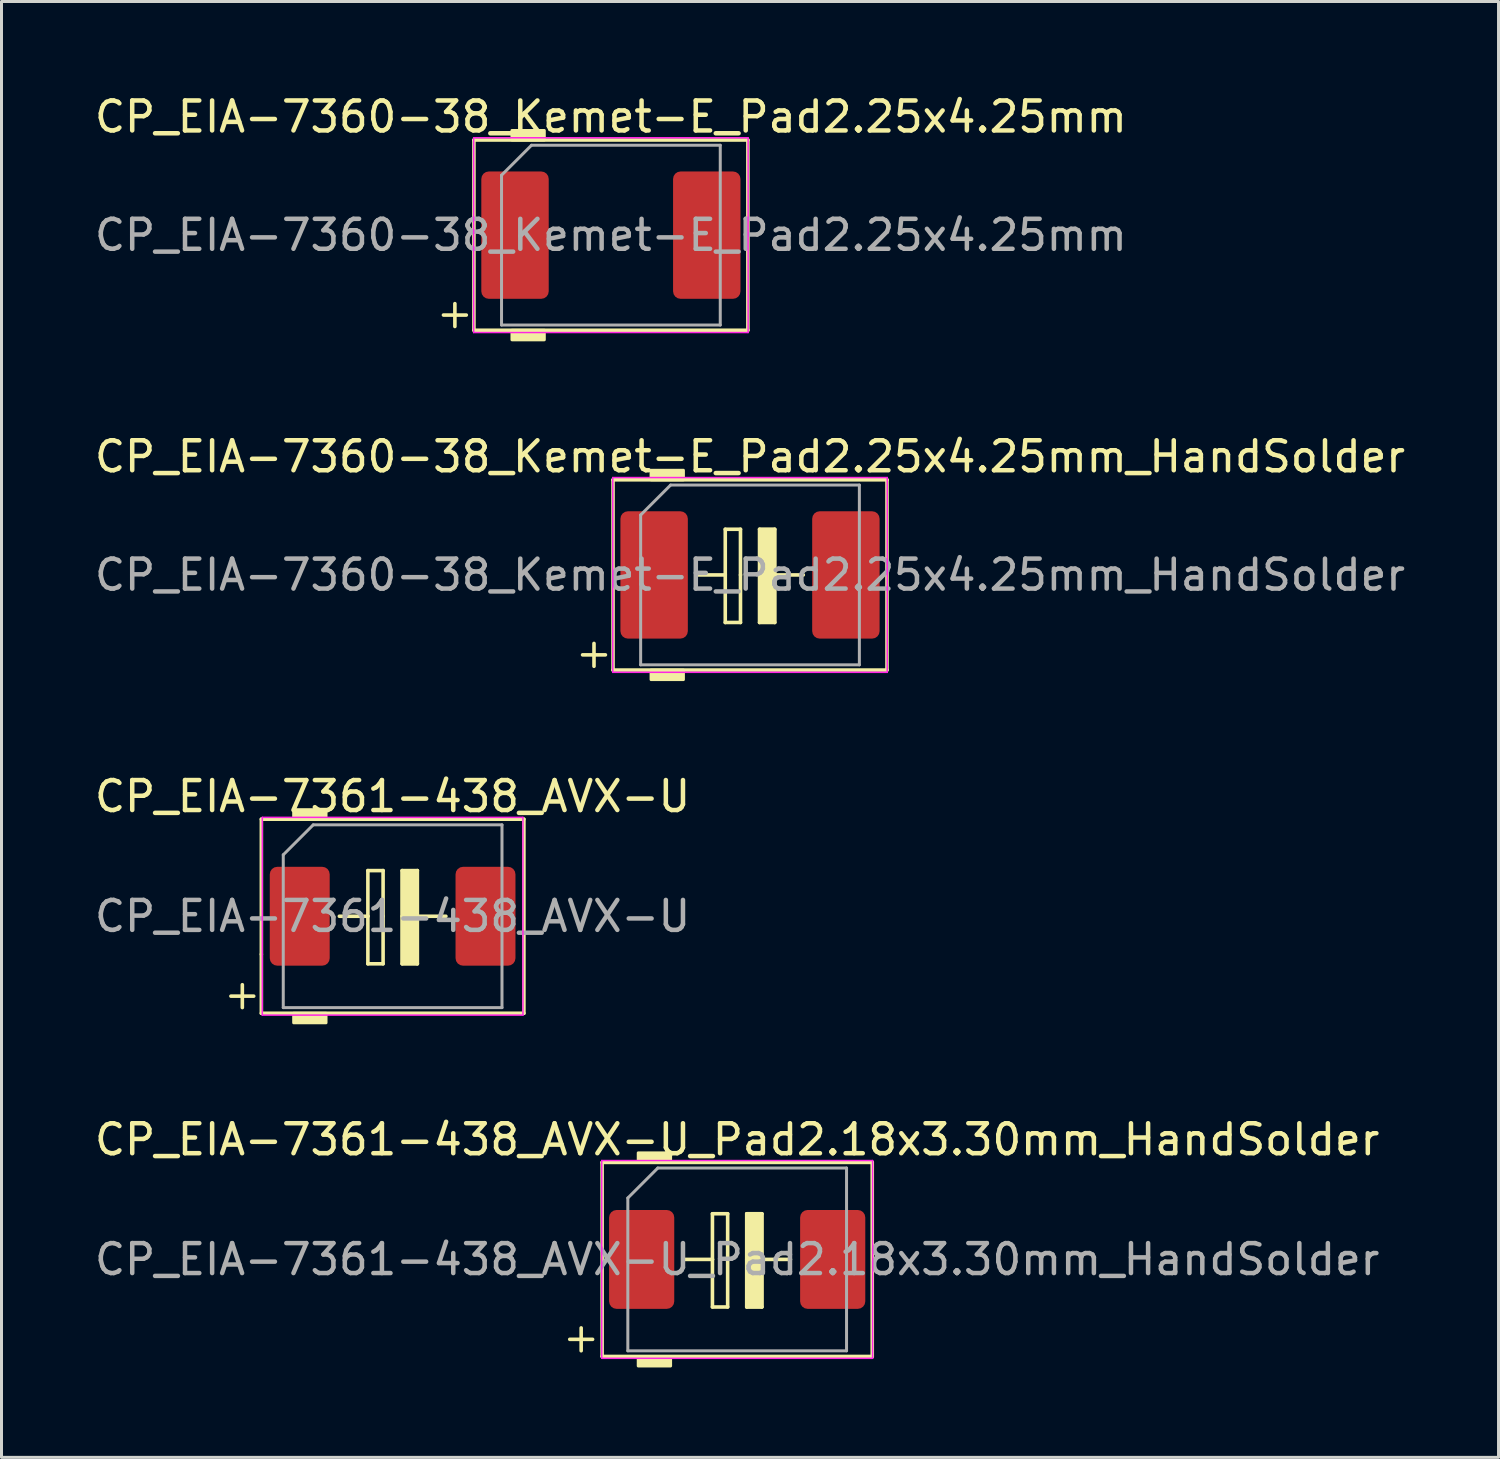
<source format=kicad_pcb>
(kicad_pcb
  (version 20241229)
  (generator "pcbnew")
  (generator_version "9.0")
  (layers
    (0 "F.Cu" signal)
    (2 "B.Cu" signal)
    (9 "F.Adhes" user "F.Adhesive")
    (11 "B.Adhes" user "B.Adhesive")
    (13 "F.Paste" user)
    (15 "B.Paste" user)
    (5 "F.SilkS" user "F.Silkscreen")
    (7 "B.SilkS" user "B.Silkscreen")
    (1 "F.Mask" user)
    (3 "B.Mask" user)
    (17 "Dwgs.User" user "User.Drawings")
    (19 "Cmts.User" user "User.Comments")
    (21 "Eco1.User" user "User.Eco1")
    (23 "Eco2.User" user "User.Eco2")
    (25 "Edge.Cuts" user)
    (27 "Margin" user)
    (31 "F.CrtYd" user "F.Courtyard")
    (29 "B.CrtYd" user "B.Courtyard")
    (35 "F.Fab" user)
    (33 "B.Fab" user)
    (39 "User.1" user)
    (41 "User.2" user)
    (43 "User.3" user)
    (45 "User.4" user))
  (footprint "CP_EIA-7361-438_AVX-U_Pad2.18x3.30mm_HandSolder"
    (layer "F.Cu")
    (at 21.554 38.984)
    (property "Reference" "CP_EIA-7361-438_AVX-U_Pad2.18x3.30mm_HandSolder" (at 0 -4 0) (layer "F.SilkS") (effects (font (size 1 1) (thickness 0.15))))
    (attr smd)
    (fp_line (start -5.588 2.667) (end -4.826 2.667) (stroke (width 0.12) (type solid)) (layer "F.SilkS"))
    (fp_line (start -5.207 2.286) (end -5.207 3.048) (stroke (width 0.12) (type solid)) (layer "F.SilkS"))
    (fp_line (start -4.508 -3.239) (end -4.508 3.239) (stroke (width 0.12) (type solid)) (layer "F.SilkS"))
    (fp_line (start -4.508 3.239) (end 4.508 3.239) (stroke (width 0.12) (type solid)) (layer "F.SilkS"))
    (fp_line (start -1.778 0) (end -0.826 0) (stroke (width 0.12) (type solid)) (layer "F.SilkS"))
    (fp_line (start -0.826 -1.524) (end -0.826 0) (stroke (width 0.12) (type solid)) (layer "F.SilkS"))
    (fp_line (start -0.826 1.587) (end -0.826 0) (stroke (width 0.12) (type solid)) (layer "F.SilkS"))
    (fp_line (start -0.826 1.587) (end -0.318 1.587) (stroke (width 0.12) (type solid)) (layer "F.SilkS"))
    (fp_line (start -0.318 -1.524) (end -0.826 -1.524) (stroke (width 0.12) (type solid)) (layer "F.SilkS"))
    (fp_line (start -0.318 -1.524) (end -0.318 0) (stroke (width 0.12) (type solid)) (layer "F.SilkS"))
    (fp_line (start -0.318 1.587) (end -0.318 0) (stroke (width 0.12) (type solid)) (layer "F.SilkS"))
    (fp_line (start 0.318 -1.524) (end 0.318 0) (stroke (width 0.12) (type solid)) (layer "F.SilkS"))
    (fp_line (start 0.318 1.587) (end 0.318 0) (stroke (width 0.12) (type solid)) (layer "F.SilkS"))
    (fp_line (start 0.318 1.587) (end 0.826 1.587) (stroke (width 0.12) (type solid)) (layer "F.SilkS"))
    (fp_line (start 0.826 -1.524) (end 0.318 -1.524) (stroke (width 0.12) (type solid)) (layer "F.SilkS"))
    (fp_line (start 0.826 -1.524) (end 0.826 0) (stroke (width 0.12) (type solid)) (layer "F.SilkS"))
    (fp_line (start 0.826 0) (end 1.778 0) (stroke (width 0.12) (type solid)) (layer "F.SilkS"))
    (fp_line (start 0.826 1.587) (end 0.826 0) (stroke (width 0.12) (type solid)) (layer "F.SilkS"))
    (fp_line (start 4.508 -3.239) (end -4.508 -3.239) (stroke (width 0.12) (type solid)) (layer "F.SilkS"))
    (fp_line (start 4.508 3.239) (end 4.508 -3.239) (stroke (width 0.12) (type solid)) (layer "F.SilkS"))
    (fp_poly (pts (xy -2.223 -3.239) (xy -3.302 -3.239) (xy -3.302 -3.556) (xy -2.223 -3.556)) (stroke (width 0.1) (type solid)) (fill yes) (layer "F.SilkS"))
    (fp_poly (pts (xy -2.223 3.556) (xy -3.302 3.556) (xy -3.302 3.239) (xy -2.223 3.239)) (stroke (width 0.1) (type solid)) (fill yes) (layer "F.SilkS"))
    (fp_poly (pts (xy 0.826 1.587) (xy 0.318 1.587) (xy 0.318 -1.524) (xy 0.826 -1.524)) (stroke (width 0.1) (type solid)) (fill yes) (layer "F.SilkS"))
    (fp_line (start -4.52 -3.3) (end 4.52 -3.3) (stroke (width 0.05) (type solid)) (layer "F.CrtYd"))
    (fp_line (start -4.52 3.3) (end -4.52 -3.3) (stroke (width 0.05) (type solid)) (layer "F.CrtYd"))
    (fp_line (start 4.52 -3.3) (end 4.52 3.3) (stroke (width 0.05) (type solid)) (layer "F.CrtYd"))
    (fp_line (start 4.52 3.3) (end -4.52 3.3) (stroke (width 0.05) (type solid)) (layer "F.CrtYd"))
    (fp_line (start -3.65 -2.05) (end -3.65 3.05) (stroke (width 0.1) (type solid)) (layer "F.Fab"))
    (fp_line (start -3.65 3.05) (end 3.65 3.05) (stroke (width 0.1) (type solid)) (layer "F.Fab"))
    (fp_line (start -2.65 -3.05) (end -3.65 -2.05) (stroke (width 0.1) (type solid)) (layer "F.Fab"))
    (fp_line (start 3.65 -3.05) (end -2.65 -3.05) (stroke (width 0.1) (type solid)) (layer "F.Fab"))
    (fp_line (start 3.65 3.05) (end 3.65 -3.05) (stroke (width 0.1) (type solid)) (layer "F.Fab"))
    (fp_text user "${REFERENCE}" (at 0 0 0) (layer "F.Fab") (effects (font (size 1 1) (thickness 0.15))))
    (pad "1" smd roundrect (at -3.188 0) (size 2.175 3.3) (layers "F.Cu" "F.Mask" "F.Paste") (roundrect_rratio 0.115))
    (pad "2" smd roundrect (at 3.188 0) (size 2.175 3.3) (layers "F.Cu" "F.Mask" "F.Paste") (roundrect_rratio 0.115)))
  (footprint "CP_EIA-7360-38_Kemet-E_Pad2.25x4.25mm"
    (layer "F.Cu")
    (at 17.339 4.798)
    (property "Reference" "CP_EIA-7360-38_Kemet-E_Pad2.25x4.25mm" (at 0 -3.95 0) (layer "F.SilkS") (effects (font (size 1 1) (thickness 0.15))))
    (attr smd)
    (fp_line (start -5.588 2.667) (end -4.826 2.667) (stroke (width 0.12) (type solid)) (layer "F.SilkS"))
    (fp_line (start -5.207 2.286) (end -5.207 3.048) (stroke (width 0.12) (type solid)) (layer "F.SilkS"))
    (fp_line (start -4.572 -3.175) (end -4.572 3.175) (stroke (width 0.12) (type solid)) (layer "F.SilkS"))
    (fp_line (start -4.572 3.175) (end 4.572 3.175) (stroke (width 0.12) (type solid)) (layer "F.SilkS"))
    (fp_line (start 4.572 -3.175) (end -4.572 -3.175) (stroke (width 0.12) (type solid)) (layer "F.SilkS"))
    (fp_line (start 4.572 3.175) (end 4.572 -3.175) (stroke (width 0.12) (type solid)) (layer "F.SilkS"))
    (fp_poly (pts (xy -2.223 -3.175) (xy -3.302 -3.175) (xy -3.302 -3.493) (xy -2.223 -3.493)) (stroke (width 0.1) (type solid)) (fill yes) (layer "F.SilkS"))
    (fp_poly (pts (xy -2.223 3.493) (xy -3.302 3.493) (xy -3.302 3.175) (xy -2.223 3.175)) (stroke (width 0.1) (type solid)) (fill yes) (layer "F.SilkS"))
    (fp_line (start -4.58 -3.25) (end 4.58 -3.25) (stroke (width 0.05) (type solid)) (layer "F.CrtYd"))
    (fp_line (start -4.58 3.25) (end -4.58 -3.25) (stroke (width 0.05) (type solid)) (layer "F.CrtYd"))
    (fp_line (start 4.58 -3.25) (end 4.58 3.25) (stroke (width 0.05) (type solid)) (layer "F.CrtYd"))
    (fp_line (start 4.58 3.25) (end -4.58 3.25) (stroke (width 0.05) (type solid)) (layer "F.CrtYd"))
    (fp_line (start -3.65 -2) (end -3.65 3) (stroke (width 0.1) (type solid)) (layer "F.Fab"))
    (fp_line (start -3.65 3) (end 3.65 3) (stroke (width 0.1) (type solid)) (layer "F.Fab"))
    (fp_line (start -2.65 -3) (end -3.65 -2) (stroke (width 0.1) (type solid)) (layer "F.Fab"))
    (fp_line (start 3.65 -3) (end -2.65 -3) (stroke (width 0.1) (type solid)) (layer "F.Fab"))
    (fp_line (start 3.65 3) (end 3.65 -3) (stroke (width 0.1) (type solid)) (layer "F.Fab"))
    (fp_text user "${REFERENCE}" (at 0 0 0) (layer "F.Fab") (effects (font (size 1 1) (thickness 0.15))))
    (pad "1" smd roundrect (at -3.2 0) (size 2.25 4.25) (layers "F.Cu" "F.Mask" "F.Paste") (roundrect_rratio 0.111))
    (pad "2" smd roundrect (at 3.2 0) (size 2.25 4.25) (layers "F.Cu" "F.Mask" "F.Paste") (roundrect_rratio 0.111)))
  (footprint "CP_EIA-7360-38_Kemet-E_Pad2.25x4.25mm_HandSolder"
    (layer "F.Cu")
    (at 21.982 16.139)
    (property "Reference" "CP_EIA-7360-38_Kemet-E_Pad2.25x4.25mm_HandSolder" (at 0 -3.95 0) (layer "F.SilkS") (effects (font (size 1 1) (thickness 0.15))))
    (attr smd)
    (fp_line (start -5.588 2.667) (end -4.826 2.667) (stroke (width 0.12) (type solid)) (layer "F.SilkS"))
    (fp_line (start -5.207 2.286) (end -5.207 3.048) (stroke (width 0.12) (type solid)) (layer "F.SilkS"))
    (fp_line (start -4.572 -3.175) (end -4.572 3.175) (stroke (width 0.12) (type solid)) (layer "F.SilkS"))
    (fp_line (start -4.572 3.175) (end 4.572 3.175) (stroke (width 0.12) (type solid)) (layer "F.SilkS"))
    (fp_line (start -1.778 0) (end -0.826 0) (stroke (width 0.12) (type solid)) (layer "F.SilkS"))
    (fp_line (start -0.826 -1.524) (end -0.826 0) (stroke (width 0.12) (type solid)) (layer "F.SilkS"))
    (fp_line (start -0.826 1.587) (end -0.826 0) (stroke (width 0.12) (type solid)) (layer "F.SilkS"))
    (fp_line (start -0.826 1.587) (end -0.318 1.587) (stroke (width 0.12) (type solid)) (layer "F.SilkS"))
    (fp_line (start -0.318 -1.524) (end -0.826 -1.524) (stroke (width 0.12) (type solid)) (layer "F.SilkS"))
    (fp_line (start -0.318 -1.524) (end -0.318 0) (stroke (width 0.12) (type solid)) (layer "F.SilkS"))
    (fp_line (start -0.318 1.587) (end -0.318 0) (stroke (width 0.12) (type solid)) (layer "F.SilkS"))
    (fp_line (start 0.318 -1.524) (end 0.318 0) (stroke (width 0.12) (type solid)) (layer "F.SilkS"))
    (fp_line (start 0.318 1.587) (end 0.318 0) (stroke (width 0.12) (type solid)) (layer "F.SilkS"))
    (fp_line (start 0.318 1.587) (end 0.826 1.587) (stroke (width 0.12) (type solid)) (layer "F.SilkS"))
    (fp_line (start 0.826 -1.524) (end 0.318 -1.524) (stroke (width 0.12) (type solid)) (layer "F.SilkS"))
    (fp_line (start 0.826 -1.524) (end 0.826 0) (stroke (width 0.12) (type solid)) (layer "F.SilkS"))
    (fp_line (start 0.826 0) (end 1.778 0) (stroke (width 0.12) (type solid)) (layer "F.SilkS"))
    (fp_line (start 0.826 1.587) (end 0.826 0) (stroke (width 0.12) (type solid)) (layer "F.SilkS"))
    (fp_line (start 4.572 -3.175) (end -4.572 -3.175) (stroke (width 0.12) (type solid)) (layer "F.SilkS"))
    (fp_line (start 4.572 3.175) (end 4.572 -3.175) (stroke (width 0.12) (type solid)) (layer "F.SilkS"))
    (fp_poly (pts (xy -2.223 -3.175) (xy -3.302 -3.175) (xy -3.302 -3.493) (xy -2.223 -3.493)) (stroke (width 0.1) (type solid)) (fill yes) (layer "F.SilkS"))
    (fp_poly (pts (xy -2.223 3.493) (xy -3.302 3.493) (xy -3.302 3.175) (xy -2.223 3.175)) (stroke (width 0.1) (type solid)) (fill yes) (layer "F.SilkS"))
    (fp_poly (pts (xy 0.826 1.587) (xy 0.318 1.587) (xy 0.318 -1.524) (xy 0.826 -1.524)) (stroke (width 0.1) (type solid)) (fill yes) (layer "F.SilkS"))
    (fp_line (start -4.58 -3.25) (end 4.58 -3.25) (stroke (width 0.05) (type solid)) (layer "F.CrtYd"))
    (fp_line (start -4.58 3.25) (end -4.58 -3.25) (stroke (width 0.05) (type solid)) (layer "F.CrtYd"))
    (fp_line (start 4.58 -3.25) (end 4.58 3.25) (stroke (width 0.05) (type solid)) (layer "F.CrtYd"))
    (fp_line (start 4.58 3.25) (end -4.58 3.25) (stroke (width 0.05) (type solid)) (layer "F.CrtYd"))
    (fp_line (start -3.65 -2) (end -3.65 3) (stroke (width 0.1) (type solid)) (layer "F.Fab"))
    (fp_line (start -3.65 3) (end 3.65 3) (stroke (width 0.1) (type solid)) (layer "F.Fab"))
    (fp_line (start -2.65 -3) (end -3.65 -2) (stroke (width 0.1) (type solid)) (layer "F.Fab"))
    (fp_line (start 3.65 -3) (end -2.65 -3) (stroke (width 0.1) (type solid)) (layer "F.Fab"))
    (fp_line (start 3.65 3) (end 3.65 -3) (stroke (width 0.1) (type solid)) (layer "F.Fab"))
    (fp_text user "${REFERENCE}" (at 0 0 0) (layer "F.Fab") (effects (font (size 1 1) (thickness 0.15))))
    (pad "1" smd roundrect (at -3.2 0) (size 2.25 4.25) (layers "F.Cu" "F.Mask" "F.Paste") (roundrect_rratio 0.111))
    (pad "2" smd roundrect (at 3.2 0) (size 2.25 4.25) (layers "F.Cu" "F.Mask" "F.Paste") (roundrect_rratio 0.111)))
  (footprint "CP_EIA-7361-438_AVX-U"
    (layer "F.Cu")
    (at 10.054 27.53)
    (property "Reference" "CP_EIA-7361-438_AVX-U" (at 0 -4 0) (layer "F.SilkS") (effects (font (size 1 1) (thickness 0.15))))
    (attr smd)
    (fp_line (start -5.397 2.667) (end -4.636 2.667) (stroke (width 0.12) (type solid)) (layer "F.SilkS"))
    (fp_line (start -5.016 2.286) (end -5.016 3.048) (stroke (width 0.12) (type solid)) (layer "F.SilkS"))
    (fp_line (start -4.381 -3.239) (end -4.381 1.27) (stroke (width 0.12) (type solid)) (layer "F.SilkS"))
    (fp_line (start -4.381 1.27) (end -4.381 3.239) (stroke (width 0.12) (type solid)) (layer "F.SilkS"))
    (fp_line (start -4.381 3.239) (end 4.381 3.239) (stroke (width 0.12) (type solid)) (layer "F.SilkS"))
    (fp_line (start -1.778 0) (end -0.826 0) (stroke (width 0.12) (type solid)) (layer "F.SilkS"))
    (fp_line (start -0.826 -1.524) (end -0.826 0) (stroke (width 0.12) (type solid)) (layer "F.SilkS"))
    (fp_line (start -0.826 1.587) (end -0.826 0) (stroke (width 0.12) (type solid)) (layer "F.SilkS"))
    (fp_line (start -0.826 1.587) (end -0.318 1.587) (stroke (width 0.12) (type solid)) (layer "F.SilkS"))
    (fp_line (start -0.318 -1.524) (end -0.826 -1.524) (stroke (width 0.12) (type solid)) (layer "F.SilkS"))
    (fp_line (start -0.318 -1.524) (end -0.318 0) (stroke (width 0.12) (type solid)) (layer "F.SilkS"))
    (fp_line (start -0.318 1.587) (end -0.318 0) (stroke (width 0.12) (type solid)) (layer "F.SilkS"))
    (fp_line (start 0.318 -1.524) (end 0.318 0) (stroke (width 0.12) (type solid)) (layer "F.SilkS"))
    (fp_line (start 0.318 1.587) (end 0.318 0) (stroke (width 0.12) (type solid)) (layer "F.SilkS"))
    (fp_line (start 0.318 1.587) (end 0.826 1.587) (stroke (width 0.12) (type solid)) (layer "F.SilkS"))
    (fp_line (start 0.826 -1.524) (end 0.318 -1.524) (stroke (width 0.12) (type solid)) (layer "F.SilkS"))
    (fp_line (start 0.826 -1.524) (end 0.826 0) (stroke (width 0.12) (type solid)) (layer "F.SilkS"))
    (fp_line (start 0.826 0) (end 1.778 0) (stroke (width 0.12) (type solid)) (layer "F.SilkS"))
    (fp_line (start 0.826 1.587) (end 0.826 0) (stroke (width 0.12) (type solid)) (layer "F.SilkS"))
    (fp_line (start 4.381 -3.239) (end -4.381 -3.239) (stroke (width 0.12) (type solid)) (layer "F.SilkS"))
    (fp_line (start 4.381 3.239) (end 4.381 -3.239) (stroke (width 0.12) (type solid)) (layer "F.SilkS"))
    (fp_poly (pts (xy -2.223 -3.239) (xy -3.302 -3.239) (xy -3.302 -3.556) (xy -2.223 -3.556)) (stroke (width 0.1) (type solid)) (fill yes) (layer "F.SilkS"))
    (fp_poly (pts (xy -2.223 3.556) (xy -3.302 3.556) (xy -3.302 3.239) (xy -2.223 3.239)) (stroke (width 0.1) (type solid)) (fill yes) (layer "F.SilkS"))
    (fp_poly (pts (xy 0.826 1.587) (xy 0.318 1.587) (xy 0.318 -1.524) (xy 0.826 -1.524)) (stroke (width 0.1) (type solid)) (fill yes) (layer "F.SilkS"))
    (fp_line (start -4.35 -3.3) (end 4.35 -3.3) (stroke (width 0.05) (type solid)) (layer "F.CrtYd"))
    (fp_line (start -4.35 3.3) (end -4.35 -3.3) (stroke (width 0.05) (type solid)) (layer "F.CrtYd"))
    (fp_line (start 4.35 -3.3) (end 4.35 3.3) (stroke (width 0.05) (type solid)) (layer "F.CrtYd"))
    (fp_line (start 4.35 3.3) (end -4.35 3.3) (stroke (width 0.05) (type solid)) (layer "F.CrtYd"))
    (fp_line (start -3.65 -2.05) (end -3.65 3.05) (stroke (width 0.1) (type solid)) (layer "F.Fab"))
    (fp_line (start -3.65 3.05) (end 3.65 3.05) (stroke (width 0.1) (type solid)) (layer "F.Fab"))
    (fp_line (start -2.65 -3.05) (end -3.65 -2.05) (stroke (width 0.1) (type solid)) (layer "F.Fab"))
    (fp_line (start 3.65 -3.05) (end -2.65 -3.05) (stroke (width 0.1) (type solid)) (layer "F.Fab"))
    (fp_line (start 3.65 3.05) (end 3.65 -3.05) (stroke (width 0.1) (type solid)) (layer "F.Fab"))
    (fp_text user "${REFERENCE}" (at 0 0 0) (layer "F.Fab") (effects (font (size 1 1) (thickness 0.15))))
    (pad "1" smd roundrect (at -3.1 0) (size 2 3.3) (layers "F.Cu" "F.Mask" "F.Paste") (roundrect_rratio 0.125))
    (pad "2" smd roundrect (at 3.1 0) (size 2 3.3) (layers "F.Cu" "F.Mask" "F.Paste") (roundrect_rratio 0.125)))
  (gr_rect
    (start -3 -3)
    (end 46.964 45.59)
    (stroke (width 0.1) (type default))
    (fill no)
    (layer "Edge.Cuts")))
</source>
